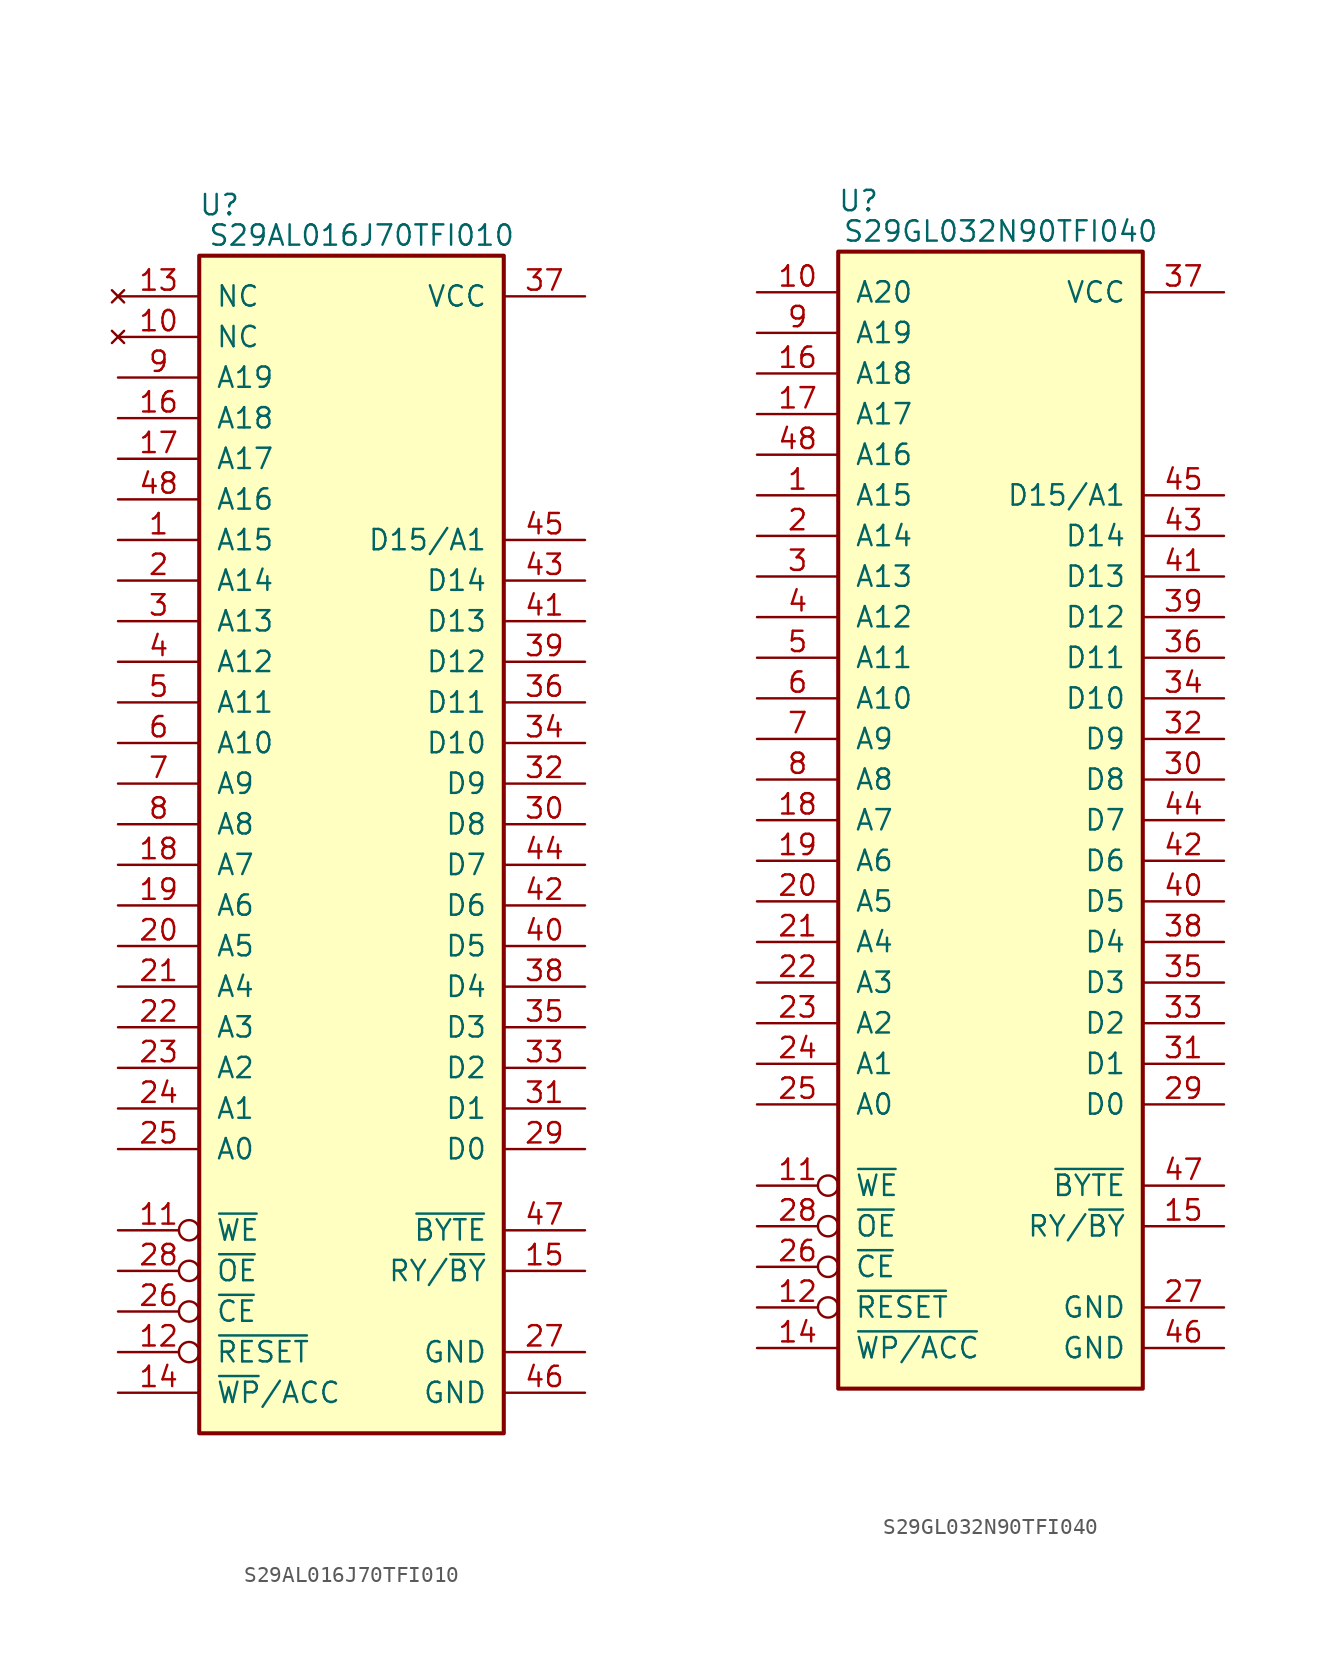
<source format=kicad_sym>
(kicad_symbol_lib
  (version 20211014)
  (generator kicad_symbol_editor)
  (symbol "S29AL016J70TFI010"
    (pin_names
      (offset 1.016))
    (property "Reference" "U"
      (at 1.27 3.175 0)
      (effects (font (size 1.27 1.27))))
    (property "Value" "S29AL016J70TFI010"
      (at 10.16 1.27 0)
      (effects (font (size 1.27 1.27))))
    (symbol "S29AL016J70TFI010_0_0"
      (pin power_in line (at 24.13 -2.54 180) (length 5.08) (name "VCC" (effects (font (size 1.27 1.27)))) (number "37" (effects (font (size 1.27 1.27))))))
    (symbol "S29AL016J70TFI010_0_1"
      (rectangle (start 19.05 -73.66) (end 0 0) (stroke (width 0.254) (type default) (color 0 0 0 0)) (fill (type background))))
    (symbol "S29AL016J70TFI010_1_0"
      (pin power_in line (at 24.13 -68.58 180) (length 5.08) (name "GND" (effects (font (size 1.27 1.27)))) (number "27" (effects (font (size 1.27 1.27)))))
      (pin power_in line (at 24.13 -71.12 180) (length 5.08) (name "GND" (effects (font (size 1.27 1.27)))) (number "46" (effects (font (size 1.27 1.27))))))
    (symbol "S29AL016J70TFI010_1_1"
      (pin input line (at -5.08 -17.78 0) (length 5.08) (name "A15" (effects (font (size 1.27 1.27)))) (number "1" (effects (font (size 1.27 1.27)))))
      (pin no_connect line (at -5.08 -5.08 0) (length 5.08) (name "NC" (effects (font (size 1.27 1.27)))) (number "10" (effects (font (size 1.27 1.27)))))
      (pin input inverted (at -5.08 -60.96 0) (length 5.08) (name "~{WE}" (effects (font (size 1.27 1.27)))) (number "11" (effects (font (size 1.27 1.27)))))
      (pin input inverted (at -5.08 -68.58 0) (length 5.08) (name "~{RESET}" (effects (font (size 1.27 1.27)))) (number "12" (effects (font (size 1.27 1.27)))))
      (pin no_connect line (at -5.08 -2.54 0) (length 5.08) (name "NC" (effects (font (size 1.27 1.27)))) (number "13" (effects (font (size 1.27 1.27)))))
      (pin input line (at -5.08 -71.12 0) (length 5.08) (name "~{WP}/ACC" (effects (font (size 1.27 1.27)))) (number "14" (effects (font (size 1.27 1.27)))))
      (pin output line (at 24.13 -63.5 180) (length 5.08) (name "RY/~{BY}" (effects (font (size 1.27 1.27)))) (number "15" (effects (font (size 1.27 1.27)))))
      (pin input line (at -5.08 -10.16 0) (length 5.08) (name "A18" (effects (font (size 1.27 1.27)))) (number "16" (effects (font (size 1.27 1.27)))))
      (pin input line (at -5.08 -12.7 0) (length 5.08) (name "A17" (effects (font (size 1.27 1.27)))) (number "17" (effects (font (size 1.27 1.27)))))
      (pin input line (at -5.08 -38.1 0) (length 5.08) (name "A7" (effects (font (size 1.27 1.27)))) (number "18" (effects (font (size 1.27 1.27)))))
      (pin input line (at -5.08 -40.64 0) (length 5.08) (name "A6" (effects (font (size 1.27 1.27)))) (number "19" (effects (font (size 1.27 1.27)))))
      (pin input line (at -5.08 -20.32 0) (length 5.08) (name "A14" (effects (font (size 1.27 1.27)))) (number "2" (effects (font (size 1.27 1.27)))))
      (pin input line (at -5.08 -43.18 0) (length 5.08) (name "A5" (effects (font (size 1.27 1.27)))) (number "20" (effects (font (size 1.27 1.27)))))
      (pin input line (at -5.08 -45.72 0) (length 5.08) (name "A4" (effects (font (size 1.27 1.27)))) (number "21" (effects (font (size 1.27 1.27)))))
      (pin input line (at -5.08 -48.26 0) (length 5.08) (name "A3" (effects (font (size 1.27 1.27)))) (number "22" (effects (font (size 1.27 1.27)))))
      (pin input line (at -5.08 -50.8 0) (length 5.08) (name "A2" (effects (font (size 1.27 1.27)))) (number "23" (effects (font (size 1.27 1.27)))))
      (pin input line (at -5.08 -53.34 0) (length 5.08) (name "A1" (effects (font (size 1.27 1.27)))) (number "24" (effects (font (size 1.27 1.27)))))
      (pin input line (at -5.08 -55.88 0) (length 5.08) (name "A0" (effects (font (size 1.27 1.27)))) (number "25" (effects (font (size 1.27 1.27)))))
      (pin input inverted (at -5.08 -66.04 0) (length 5.08) (name "~{CE}" (effects (font (size 1.27 1.27)))) (number "26" (effects (font (size 1.27 1.27)))))
      (pin input inverted (at -5.08 -63.5 0) (length 5.08) (name "~{OE}" (effects (font (size 1.27 1.27)))) (number "28" (effects (font (size 1.27 1.27)))))
      (pin tri_state line (at 24.13 -55.88 180) (length 5.08) (name "D0" (effects (font (size 1.27 1.27)))) (number "29" (effects (font (size 1.27 1.27)))))
      (pin input line (at -5.08 -22.86 0) (length 5.08) (name "A13" (effects (font (size 1.27 1.27)))) (number "3" (effects (font (size 1.27 1.27)))))
      (pin tri_state line (at 24.13 -35.56 180) (length 5.08) (name "D8" (effects (font (size 1.27 1.27)))) (number "30" (effects (font (size 1.27 1.27)))))
      (pin tri_state line (at 24.13 -53.34 180) (length 5.08) (name "D1" (effects (font (size 1.27 1.27)))) (number "31" (effects (font (size 1.27 1.27)))))
      (pin tri_state line (at 24.13 -33.02 180) (length 5.08) (name "D9" (effects (font (size 1.27 1.27)))) (number "32" (effects (font (size 1.27 1.27)))))
      (pin tri_state line (at 24.13 -50.8 180) (length 5.08) (name "D2" (effects (font (size 1.27 1.27)))) (number "33" (effects (font (size 1.27 1.27)))))
      (pin tri_state line (at 24.13 -30.48 180) (length 5.08) (name "D10" (effects (font (size 1.27 1.27)))) (number "34" (effects (font (size 1.27 1.27)))))
      (pin tri_state line (at 24.13 -48.26 180) (length 5.08) (name "D3" (effects (font (size 1.27 1.27)))) (number "35" (effects (font (size 1.27 1.27)))))
      (pin tri_state line (at 24.13 -27.94 180) (length 5.08) (name "D11" (effects (font (size 1.27 1.27)))) (number "36" (effects (font (size 1.27 1.27)))))
      (pin tri_state line (at 24.13 -45.72 180) (length 5.08) (name "D4" (effects (font (size 1.27 1.27)))) (number "38" (effects (font (size 1.27 1.27)))))
      (pin tri_state line (at 24.13 -25.4 180) (length 5.08) (name "D12" (effects (font (size 1.27 1.27)))) (number "39" (effects (font (size 1.27 1.27)))))
      (pin input line (at -5.08 -25.4 0) (length 5.08) (name "A12" (effects (font (size 1.27 1.27)))) (number "4" (effects (font (size 1.27 1.27)))))
      (pin tri_state line (at 24.13 -43.18 180) (length 5.08) (name "D5" (effects (font (size 1.27 1.27)))) (number "40" (effects (font (size 1.27 1.27)))))
      (pin tri_state line (at 24.13 -22.86 180) (length 5.08) (name "D13" (effects (font (size 1.27 1.27)))) (number "41" (effects (font (size 1.27 1.27)))))
      (pin tri_state line (at 24.13 -40.64 180) (length 5.08) (name "D6" (effects (font (size 1.27 1.27)))) (number "42" (effects (font (size 1.27 1.27)))))
      (pin tri_state line (at 24.13 -20.32 180) (length 5.08) (name "D14" (effects (font (size 1.27 1.27)))) (number "43" (effects (font (size 1.27 1.27)))))
      (pin tri_state line (at 24.13 -38.1 180) (length 5.08) (name "D7" (effects (font (size 1.27 1.27)))) (number "44" (effects (font (size 1.27 1.27)))))
      (pin tri_state line (at 24.13 -17.78 180) (length 5.08) (name "D15/A1" (effects (font (size 1.27 1.27)))) (number "45" (effects (font (size 1.27 1.27)))))
      (pin input line (at 24.13 -60.96 180) (length 5.08) (name "~{BYTE}" (effects (font (size 1.27 1.27)))) (number "47" (effects (font (size 1.27 1.27)))))
      (pin input line (at -5.08 -15.24 0) (length 5.08) (name "A16" (effects (font (size 1.27 1.27)))) (number "48" (effects (font (size 1.27 1.27)))))
      (pin input line (at -5.08 -27.94 0) (length 5.08) (name "A11" (effects (font (size 1.27 1.27)))) (number "5" (effects (font (size 1.27 1.27)))))
      (pin input line (at -5.08 -30.48 0) (length 5.08) (name "A10" (effects (font (size 1.27 1.27)))) (number "6" (effects (font (size 1.27 1.27)))))
      (pin input line (at -5.08 -33.02 0) (length 5.08) (name "A9" (effects (font (size 1.27 1.27)))) (number "7" (effects (font (size 1.27 1.27)))))
      (pin input line (at -5.08 -35.56 0) (length 5.08) (name "A8" (effects (font (size 1.27 1.27)))) (number "8" (effects (font (size 1.27 1.27)))))
      (pin input line (at -5.08 -7.62 0) (length 5.08) (name "A19" (effects (font (size 1.27 1.27)))) (number "9" (effects (font (size 1.27 1.27)))))))
  (symbol "S29GL032N90TFI040"
    (pin_names
      (offset 1.016))
    (property "Reference" "U"
      (at 1.27 3.175 0)
      (effects (font (size 1.27 1.27))))
    (property "Value" "S29GL032N90TFI040"
      (at 10.16 1.27 0)
      (effects (font (size 1.27 1.27))))
    (symbol "S29GL032N90TFI040_0_0"
      (pin power_in line (at 24.13 -2.54 180) (length 5.08) (name "VCC" (effects (font (size 1.27 1.27)))) (number "37" (effects (font (size 1.27 1.27))))))
    (symbol "S29GL032N90TFI040_0_1"
      (rectangle (start 0 0) (end 19.05 -71.12) (stroke (width 0.254) (type default) (color 0 0 0 0)) (fill (type background))))
    (symbol "S29GL032N90TFI040_1_0"
      (pin power_in line (at 24.13 -66.04 180) (length 5.08) (name "GND" (effects (font (size 1.27 1.27)))) (number "27" (effects (font (size 1.27 1.27)))))
      (pin power_in line (at 24.13 -68.58 180) (length 5.08) (name "GND" (effects (font (size 1.27 1.27)))) (number "46" (effects (font (size 1.27 1.27))))))
    (symbol "S29GL032N90TFI040_1_1"
      (pin input line (at -5.08 -15.24 0) (length 5.08) (name "A15" (effects (font (size 1.27 1.27)))) (number "1" (effects (font (size 1.27 1.27)))))
      (pin input line (at -5.08 -2.54 0) (length 5.08) (name "A20" (effects (font (size 1.27 1.27)))) (number "10" (effects (font (size 1.27 1.27)))))
      (pin input inverted (at -5.08 -58.42 0) (length 5.08) (name "~{WE}" (effects (font (size 1.27 1.27)))) (number "11" (effects (font (size 1.27 1.27)))))
      (pin input inverted (at -5.08 -66.04 0) (length 5.08) (name "~{RESET}" (effects (font (size 1.27 1.27)))) (number "12" (effects (font (size 1.27 1.27)))))
      (pin input line (at -5.08 -68.58 0) (length 5.08) (name "~{WP/ACC}" (effects (font (size 1.27 1.27)))) (number "14" (effects (font (size 1.27 1.27)))))
      (pin output line (at 24.13 -60.96 180) (length 5.08) (name "RY/~{BY}" (effects (font (size 1.27 1.27)))) (number "15" (effects (font (size 1.27 1.27)))))
      (pin input line (at -5.08 -7.62 0) (length 5.08) (name "A18" (effects (font (size 1.27 1.27)))) (number "16" (effects (font (size 1.27 1.27)))))
      (pin input line (at -5.08 -10.16 0) (length 5.08) (name "A17" (effects (font (size 1.27 1.27)))) (number "17" (effects (font (size 1.27 1.27)))))
      (pin input line (at -5.08 -35.56 0) (length 5.08) (name "A7" (effects (font (size 1.27 1.27)))) (number "18" (effects (font (size 1.27 1.27)))))
      (pin input line (at -5.08 -38.1 0) (length 5.08) (name "A6" (effects (font (size 1.27 1.27)))) (number "19" (effects (font (size 1.27 1.27)))))
      (pin input line (at -5.08 -17.78 0) (length 5.08) (name "A14" (effects (font (size 1.27 1.27)))) (number "2" (effects (font (size 1.27 1.27)))))
      (pin input line (at -5.08 -40.64 0) (length 5.08) (name "A5" (effects (font (size 1.27 1.27)))) (number "20" (effects (font (size 1.27 1.27)))))
      (pin input line (at -5.08 -43.18 0) (length 5.08) (name "A4" (effects (font (size 1.27 1.27)))) (number "21" (effects (font (size 1.27 1.27)))))
      (pin input line (at -5.08 -45.72 0) (length 5.08) (name "A3" (effects (font (size 1.27 1.27)))) (number "22" (effects (font (size 1.27 1.27)))))
      (pin input line (at -5.08 -48.26 0) (length 5.08) (name "A2" (effects (font (size 1.27 1.27)))) (number "23" (effects (font (size 1.27 1.27)))))
      (pin input line (at -5.08 -50.8 0) (length 5.08) (name "A1" (effects (font (size 1.27 1.27)))) (number "24" (effects (font (size 1.27 1.27)))))
      (pin input line (at -5.08 -53.34 0) (length 5.08) (name "A0" (effects (font (size 1.27 1.27)))) (number "25" (effects (font (size 1.27 1.27)))))
      (pin input inverted (at -5.08 -63.5 0) (length 5.08) (name "~{CE}" (effects (font (size 1.27 1.27)))) (number "26" (effects (font (size 1.27 1.27)))))
      (pin input inverted (at -5.08 -60.96 0) (length 5.08) (name "~{OE}" (effects (font (size 1.27 1.27)))) (number "28" (effects (font (size 1.27 1.27)))))
      (pin tri_state line (at 24.13 -53.34 180) (length 5.08) (name "D0" (effects (font (size 1.27 1.27)))) (number "29" (effects (font (size 1.27 1.27)))))
      (pin input line (at -5.08 -20.32 0) (length 5.08) (name "A13" (effects (font (size 1.27 1.27)))) (number "3" (effects (font (size 1.27 1.27)))))
      (pin tri_state line (at 24.13 -33.02 180) (length 5.08) (name "D8" (effects (font (size 1.27 1.27)))) (number "30" (effects (font (size 1.27 1.27)))))
      (pin tri_state line (at 24.13 -50.8 180) (length 5.08) (name "D1" (effects (font (size 1.27 1.27)))) (number "31" (effects (font (size 1.27 1.27)))))
      (pin tri_state line (at 24.13 -30.48 180) (length 5.08) (name "D9" (effects (font (size 1.27 1.27)))) (number "32" (effects (font (size 1.27 1.27)))))
      (pin tri_state line (at 24.13 -48.26 180) (length 5.08) (name "D2" (effects (font (size 1.27 1.27)))) (number "33" (effects (font (size 1.27 1.27)))))
      (pin tri_state line (at 24.13 -27.94 180) (length 5.08) (name "D10" (effects (font (size 1.27 1.27)))) (number "34" (effects (font (size 1.27 1.27)))))
      (pin tri_state line (at 24.13 -45.72 180) (length 5.08) (name "D3" (effects (font (size 1.27 1.27)))) (number "35" (effects (font (size 1.27 1.27)))))
      (pin tri_state line (at 24.13 -25.4 180) (length 5.08) (name "D11" (effects (font (size 1.27 1.27)))) (number "36" (effects (font (size 1.27 1.27)))))
      (pin tri_state line (at 24.13 -43.18 180) (length 5.08) (name "D4" (effects (font (size 1.27 1.27)))) (number "38" (effects (font (size 1.27 1.27)))))
      (pin tri_state line (at 24.13 -22.86 180) (length 5.08) (name "D12" (effects (font (size 1.27 1.27)))) (number "39" (effects (font (size 1.27 1.27)))))
      (pin input line (at -5.08 -22.86 0) (length 5.08) (name "A12" (effects (font (size 1.27 1.27)))) (number "4" (effects (font (size 1.27 1.27)))))
      (pin tri_state line (at 24.13 -40.64 180) (length 5.08) (name "D5" (effects (font (size 1.27 1.27)))) (number "40" (effects (font (size 1.27 1.27)))))
      (pin tri_state line (at 24.13 -20.32 180) (length 5.08) (name "D13" (effects (font (size 1.27 1.27)))) (number "41" (effects (font (size 1.27 1.27)))))
      (pin tri_state line (at 24.13 -38.1 180) (length 5.08) (name "D6" (effects (font (size 1.27 1.27)))) (number "42" (effects (font (size 1.27 1.27)))))
      (pin tri_state line (at 24.13 -17.78 180) (length 5.08) (name "D14" (effects (font (size 1.27 1.27)))) (number "43" (effects (font (size 1.27 1.27)))))
      (pin tri_state line (at 24.13 -35.56 180) (length 5.08) (name "D7" (effects (font (size 1.27 1.27)))) (number "44" (effects (font (size 1.27 1.27)))))
      (pin tri_state line (at 24.13 -15.24 180) (length 5.08) (name "D15/A1" (effects (font (size 1.27 1.27)))) (number "45" (effects (font (size 1.27 1.27)))))
      (pin input line (at 24.13 -58.42 180) (length 5.08) (name "~{BYTE}" (effects (font (size 1.27 1.27)))) (number "47" (effects (font (size 1.27 1.27)))))
      (pin input line (at -5.08 -12.7 0) (length 5.08) (name "A16" (effects (font (size 1.27 1.27)))) (number "48" (effects (font (size 1.27 1.27)))))
      (pin input line (at -5.08 -25.4 0) (length 5.08) (name "A11" (effects (font (size 1.27 1.27)))) (number "5" (effects (font (size 1.27 1.27)))))
      (pin input line (at -5.08 -27.94 0) (length 5.08) (name "A10" (effects (font (size 1.27 1.27)))) (number "6" (effects (font (size 1.27 1.27)))))
      (pin input line (at -5.08 -30.48 0) (length 5.08) (name "A9" (effects (font (size 1.27 1.27)))) (number "7" (effects (font (size 1.27 1.27)))))
      (pin input line (at -5.08 -33.02 0) (length 5.08) (name "A8" (effects (font (size 1.27 1.27)))) (number "8" (effects (font (size 1.27 1.27)))))
      (pin input line (at -5.08 -5.08 0) (length 5.08) (name "A19" (effects (font (size 1.27 1.27)))) (number "9" (effects (font (size 1.27 1.27))))))))
</source>
